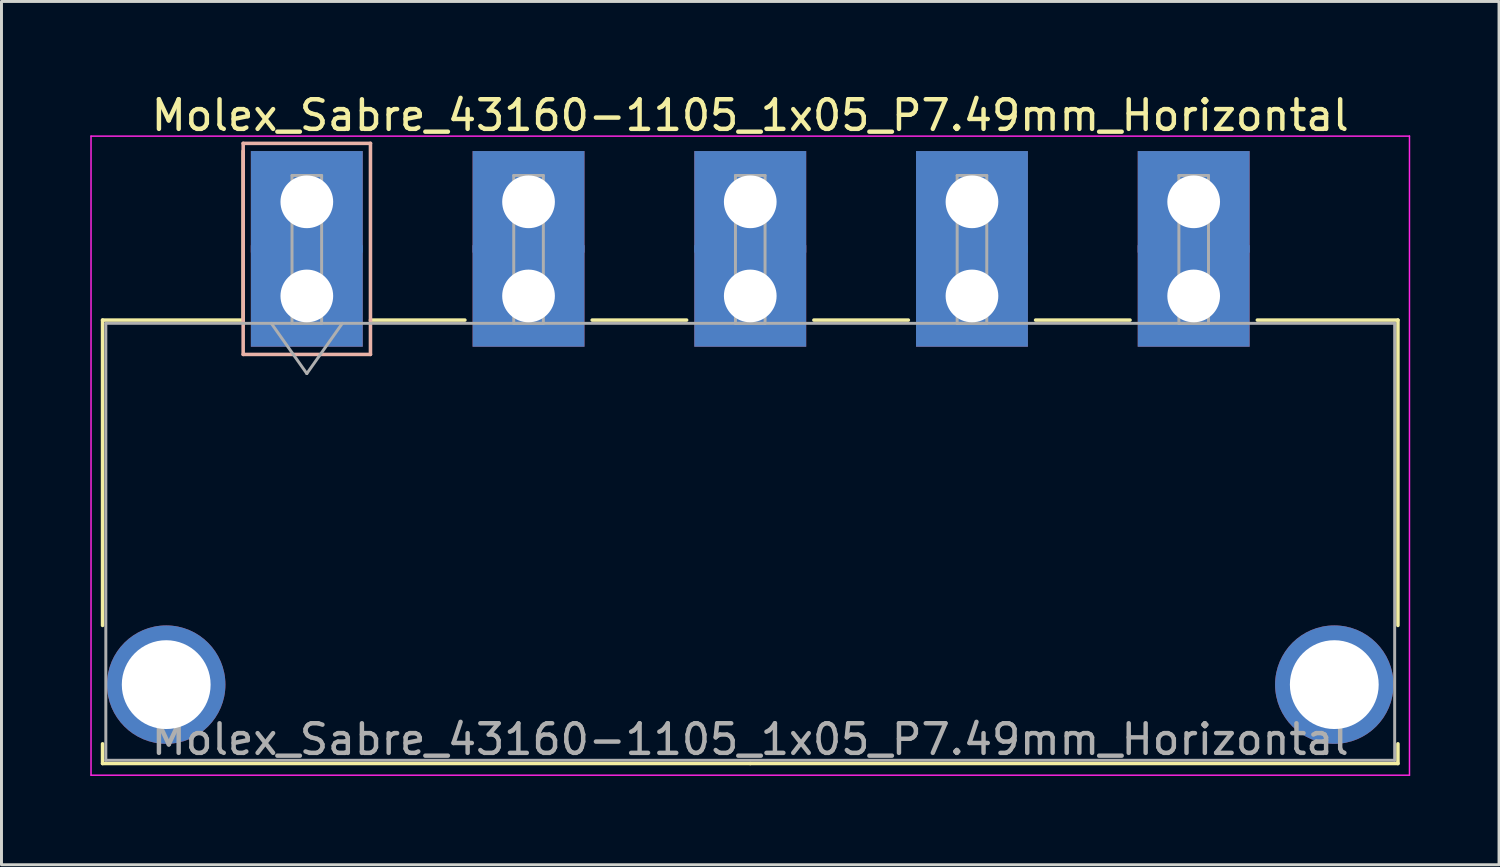
<source format=kicad_pcb>
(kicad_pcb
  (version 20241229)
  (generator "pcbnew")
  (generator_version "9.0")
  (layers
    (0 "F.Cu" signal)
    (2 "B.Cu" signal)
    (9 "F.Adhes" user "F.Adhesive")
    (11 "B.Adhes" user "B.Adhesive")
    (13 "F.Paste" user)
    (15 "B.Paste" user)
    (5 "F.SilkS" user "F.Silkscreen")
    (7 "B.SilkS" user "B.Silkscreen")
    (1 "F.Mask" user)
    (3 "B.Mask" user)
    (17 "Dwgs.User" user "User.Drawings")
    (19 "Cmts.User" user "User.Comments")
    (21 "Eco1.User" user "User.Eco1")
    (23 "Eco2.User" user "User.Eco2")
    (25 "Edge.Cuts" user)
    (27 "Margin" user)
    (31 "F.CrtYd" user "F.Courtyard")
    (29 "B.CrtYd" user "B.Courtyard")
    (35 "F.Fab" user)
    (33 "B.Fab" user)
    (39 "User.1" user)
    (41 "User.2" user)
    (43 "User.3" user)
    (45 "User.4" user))
  (footprint "Molex_Sabre_43160-1105_1x05_P7.49mm_Horizontal"
    (layer "F.Cu")
    (at 7.315 6.948)
    (property "Reference" "Molex_Sabre_43160-1105_1x05_P7.49mm_Horizontal" (at 14.98 -6.1 0) (layer "F.SilkS") (effects (font (size 1 1) (thickness 0.15))))
    (attr through_hole)
    (fp_line (start -6.9 0.815) (end -6.9 11.13) (stroke (width 0.12) (type solid)) (layer "F.SilkS"))
    (fp_line (start -6.9 15.13) (end -6.9 15.795) (stroke (width 0.12) (type solid)) (layer "F.SilkS"))
    (fp_line (start -6.9 15.795) (end 14.98 15.795) (stroke (width 0.12) (type solid)) (layer "F.SilkS"))
    (fp_line (start -2.15 0.815) (end -6.9 0.815) (stroke (width 0.12) (type solid)) (layer "F.SilkS"))
    (fp_line (start -2.15 0.815) (end -2.15 -4.895) (stroke (width 0.12) (type solid)) (layer "F.SilkS"))
    (fp_line (start 2.15 0.815) (end 5.34 0.815) (stroke (width 0.12) (type solid)) (layer "F.SilkS"))
    (fp_line (start 9.64 0.815) (end 12.83 0.815) (stroke (width 0.12) (type solid)) (layer "F.SilkS"))
    (fp_line (start 17.13 0.815) (end 20.32 0.815) (stroke (width 0.12) (type solid)) (layer "F.SilkS"))
    (fp_line (start 24.62 0.815) (end 27.81 0.815) (stroke (width 0.12) (type solid)) (layer "F.SilkS"))
    (fp_line (start 32.11 0.815) (end 36.86 0.815) (stroke (width 0.12) (type solid)) (layer "F.SilkS"))
    (fp_line (start 36.86 0.815) (end 36.86 11.13) (stroke (width 0.12) (type solid)) (layer "F.SilkS"))
    (fp_line (start 36.86 15.13) (end 36.86 15.795) (stroke (width 0.12) (type solid)) (layer "F.SilkS"))
    (fp_line (start 36.86 15.795) (end 14.98 15.795) (stroke (width 0.12) (type solid)) (layer "F.SilkS"))
    (fp_line (start -2.15 -5.155) (end -2.15 1.975) (stroke (width 0.12) (type solid)) (layer "B.SilkS"))
    (fp_line (start -2.15 1.975) (end 2.15 1.975) (stroke (width 0.12) (type solid)) (layer "B.SilkS"))
    (fp_line (start 2.15 -5.155) (end -2.15 -5.155) (stroke (width 0.12) (type solid)) (layer "B.SilkS"))
    (fp_line (start 2.15 1.975) (end 2.15 -5.155) (stroke (width 0.12) (type solid)) (layer "B.SilkS"))
    (fp_line (start -7.29 -5.4) (end -7.29 16.19) (stroke (width 0.05) (type solid)) (layer "F.CrtYd"))
    (fp_line (start -7.29 16.19) (end 37.25 16.19) (stroke (width 0.05) (type solid)) (layer "F.CrtYd"))
    (fp_line (start 37.25 -5.4) (end -7.29 -5.4) (stroke (width 0.05) (type solid)) (layer "F.CrtYd"))
    (fp_line (start 37.25 16.19) (end 37.25 -5.4) (stroke (width 0.05) (type solid)) (layer "F.CrtYd"))
    (fp_line (start -6.79 0.925) (end -6.79 15.685) (stroke (width 0.1) (type solid)) (layer "F.Fab"))
    (fp_line (start -6.79 15.685) (end 36.75 15.685) (stroke (width 0.1) (type solid)) (layer "F.Fab"))
    (fp_line (start -1.2 0.925) (end 0 2.622) (stroke (width 0.1) (type solid)) (layer "F.Fab"))
    (fp_line (start -0.5 -4.07) (end 0.5 -4.07) (stroke (width 0.1) (type solid)) (layer "F.Fab"))
    (fp_line (start -0.5 0.925) (end -0.5 -4.07) (stroke (width 0.1) (type solid)) (layer "F.Fab"))
    (fp_line (start 0 2.622) (end 1.2 0.925) (stroke (width 0.1) (type solid)) (layer "F.Fab"))
    (fp_line (start 0.5 -4.07) (end 0.5 0.925) (stroke (width 0.1) (type solid)) (layer "F.Fab"))
    (fp_line (start 0.5 0.925) (end -0.5 0.925) (stroke (width 0.1) (type solid)) (layer "F.Fab"))
    (fp_line (start 6.99 -4.07) (end 7.99 -4.07) (stroke (width 0.1) (type solid)) (layer "F.Fab"))
    (fp_line (start 6.99 0.925) (end 6.99 -4.07) (stroke (width 0.1) (type solid)) (layer "F.Fab"))
    (fp_line (start 7.99 -4.07) (end 7.99 0.925) (stroke (width 0.1) (type solid)) (layer "F.Fab"))
    (fp_line (start 7.99 0.925) (end 6.99 0.925) (stroke (width 0.1) (type solid)) (layer "F.Fab"))
    (fp_line (start 14.48 -4.07) (end 15.48 -4.07) (stroke (width 0.1) (type solid)) (layer "F.Fab"))
    (fp_line (start 14.48 0.925) (end 14.48 -4.07) (stroke (width 0.1) (type solid)) (layer "F.Fab"))
    (fp_line (start 15.48 -4.07) (end 15.48 0.925) (stroke (width 0.1) (type solid)) (layer "F.Fab"))
    (fp_line (start 15.48 0.925) (end 14.48 0.925) (stroke (width 0.1) (type solid)) (layer "F.Fab"))
    (fp_line (start 21.97 -4.07) (end 22.97 -4.07) (stroke (width 0.1) (type solid)) (layer "F.Fab"))
    (fp_line (start 21.97 0.925) (end 21.97 -4.07) (stroke (width 0.1) (type solid)) (layer "F.Fab"))
    (fp_line (start 22.97 -4.07) (end 22.97 0.925) (stroke (width 0.1) (type solid)) (layer "F.Fab"))
    (fp_line (start 22.97 0.925) (end 21.97 0.925) (stroke (width 0.1) (type solid)) (layer "F.Fab"))
    (fp_line (start 29.46 -4.07) (end 30.46 -4.07) (stroke (width 0.1) (type solid)) (layer "F.Fab"))
    (fp_line (start 29.46 0.925) (end 29.46 -4.07) (stroke (width 0.1) (type solid)) (layer "F.Fab"))
    (fp_line (start 30.46 -4.07) (end 30.46 0.925) (stroke (width 0.1) (type solid)) (layer "F.Fab"))
    (fp_line (start 30.46 0.925) (end 29.46 0.925) (stroke (width 0.1) (type solid)) (layer "F.Fab"))
    (fp_line (start 36.75 0.925) (end -6.79 0.925) (stroke (width 0.1) (type solid)) (layer "F.Fab"))
    (fp_line (start 36.75 15.685) (end 36.75 0.925) (stroke (width 0.1) (type solid)) (layer "F.Fab"))
    (fp_text user "${REFERENCE}" (at 14.98 14.98 0) (layer "F.Fab") (effects (font (size 1 1) (thickness 0.15))))
    (pad "" thru_hole circle (at -4.75 13.13) (size 4 4) (drill 3) (layers "*.Cu" "*.Mask"))
    (pad "" thru_hole circle (at 34.71 13.13) (size 4 4) (drill 3) (layers "*.Cu" "*.Mask"))
    (pad "1" thru_hole rect (at 0 -3.18) (size 3.78 3.43) (drill 1.78) (layers "*.Cu" "*.Mask"))
    (pad "1" thru_hole rect (at 0 0) (size 3.78 3.43) (drill 1.78) (layers "*.Cu" "*.Mask"))
    (pad "2" thru_hole rect (at 7.49 -3.18) (size 3.78 3.43) (drill 1.78) (layers "*.Cu" "*.Mask"))
    (pad "2" thru_hole rect (at 7.49 0) (size 3.78 3.43) (drill 1.78) (layers "*.Cu" "*.Mask"))
    (pad "3" thru_hole rect (at 14.98 -3.18) (size 3.78 3.43) (drill 1.78) (layers "*.Cu" "*.Mask"))
    (pad "3" thru_hole rect (at 14.98 0) (size 3.78 3.43) (drill 1.78) (layers "*.Cu" "*.Mask"))
    (pad "4" thru_hole rect (at 22.47 -3.18) (size 3.78 3.43) (drill 1.78) (layers "*.Cu" "*.Mask"))
    (pad "4" thru_hole rect (at 22.47 0) (size 3.78 3.43) (drill 1.78) (layers "*.Cu" "*.Mask"))
    (pad "5" thru_hole rect (at 29.96 -3.18) (size 3.78 3.43) (drill 1.78) (layers "*.Cu" "*.Mask"))
    (pad "5" thru_hole rect (at 29.96 0) (size 3.78 3.43) (drill 1.78) (layers "*.Cu" "*.Mask")))
  (gr_rect
    (start -3 -3)
    (end 47.59 26.163)
    (stroke (width 0.1) (type default))
    (fill no)
    (layer "Edge.Cuts")))
</source>
